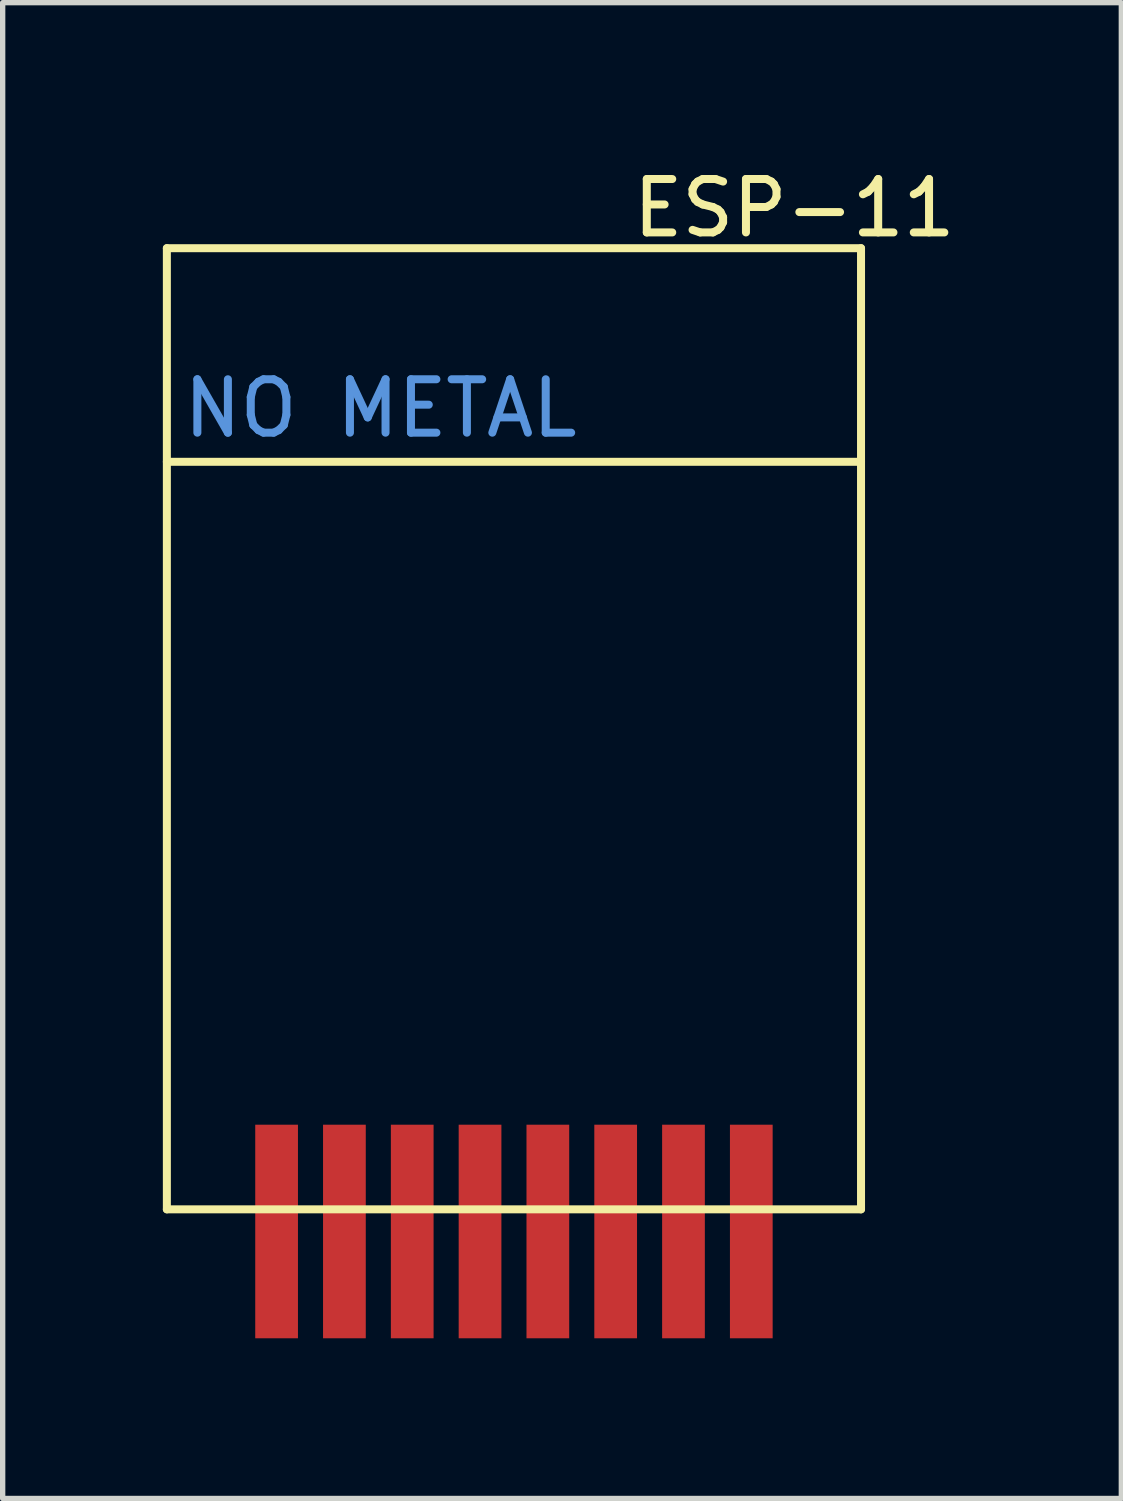
<source format=kicad_pcb>
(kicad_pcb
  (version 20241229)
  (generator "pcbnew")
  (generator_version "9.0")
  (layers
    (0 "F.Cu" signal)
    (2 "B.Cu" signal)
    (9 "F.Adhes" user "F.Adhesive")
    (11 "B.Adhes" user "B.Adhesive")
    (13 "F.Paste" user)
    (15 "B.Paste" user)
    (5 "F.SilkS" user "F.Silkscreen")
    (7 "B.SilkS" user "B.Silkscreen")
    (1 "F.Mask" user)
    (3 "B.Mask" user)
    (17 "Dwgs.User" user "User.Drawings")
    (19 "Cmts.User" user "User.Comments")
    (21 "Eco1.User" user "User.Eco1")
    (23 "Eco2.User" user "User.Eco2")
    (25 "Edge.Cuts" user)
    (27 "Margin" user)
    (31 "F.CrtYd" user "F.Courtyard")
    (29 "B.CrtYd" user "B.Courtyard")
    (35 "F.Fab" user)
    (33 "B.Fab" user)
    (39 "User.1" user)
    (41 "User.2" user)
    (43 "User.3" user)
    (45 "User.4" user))
  (footprint "ESP-11"
    (layer "F.Cu")
    (at 6.575 1.598)
    (property "Reference" "ESP-11" (at 5.25 -0.75 0) (layer "F.SilkS") (effects (font (size 1 1) (thickness 0.15))))
    (attr through_hole)
    (fp_line (start -6.5 0) (end 6.5 0) (stroke (width 0.15) (type solid)) (layer "F.SilkS"))
    (fp_line (start -6.5 4) (end 6.5 4) (stroke (width 0.15) (type solid)) (layer "F.SilkS"))
    (fp_line (start -6.5 18) (end -6.5 0) (stroke (width 0.15) (type solid)) (layer "F.SilkS"))
    (fp_line (start 6.5 0) (end 6.5 18) (stroke (width 0.15) (type solid)) (layer "F.SilkS"))
    (fp_line (start 6.5 18) (end -6.5 18) (stroke (width 0.15) (type solid)) (layer "F.SilkS"))
    (fp_text user "NO METAL" (at -2.5 3 0) (layer "Cmts.User") (effects (font (size 1 1) (thickness 0.15))))
    (pad "1" smd rect (at -4.445 18.415) (size 0.8 4) (layers "F.Cu" "F.Mask" "F.Paste"))
    (pad "2" smd rect (at -3.175 18.415) (size 0.8 4) (layers "F.Cu" "F.Mask" "F.Paste"))
    (pad "3" smd rect (at -1.905 18.415) (size 0.8 4) (layers "F.Cu" "F.Mask" "F.Paste"))
    (pad "4" smd rect (at -0.635 18.415) (size 0.8 4) (layers "F.Cu" "F.Mask" "F.Paste"))
    (pad "5" smd rect (at 0.635 18.415) (size 0.8 4) (layers "F.Cu" "F.Mask" "F.Paste"))
    (pad "6" smd rect (at 1.905 18.415) (size 0.8 4) (layers "F.Cu" "F.Mask" "F.Paste"))
    (pad "7" smd rect (at 3.175 18.415) (size 0.8 4) (layers "F.Cu" "F.Mask" "F.Paste"))
    (pad "8" smd rect (at 4.445 18.415) (size 0.8 4) (layers "F.Cu" "F.Mask" "F.Paste")))
  (gr_rect
    (start -3 -3)
    (end 17.95 25.013)
    (stroke (width 0.1) (type default))
    (fill no)
    (layer "Edge.Cuts")))
</source>
